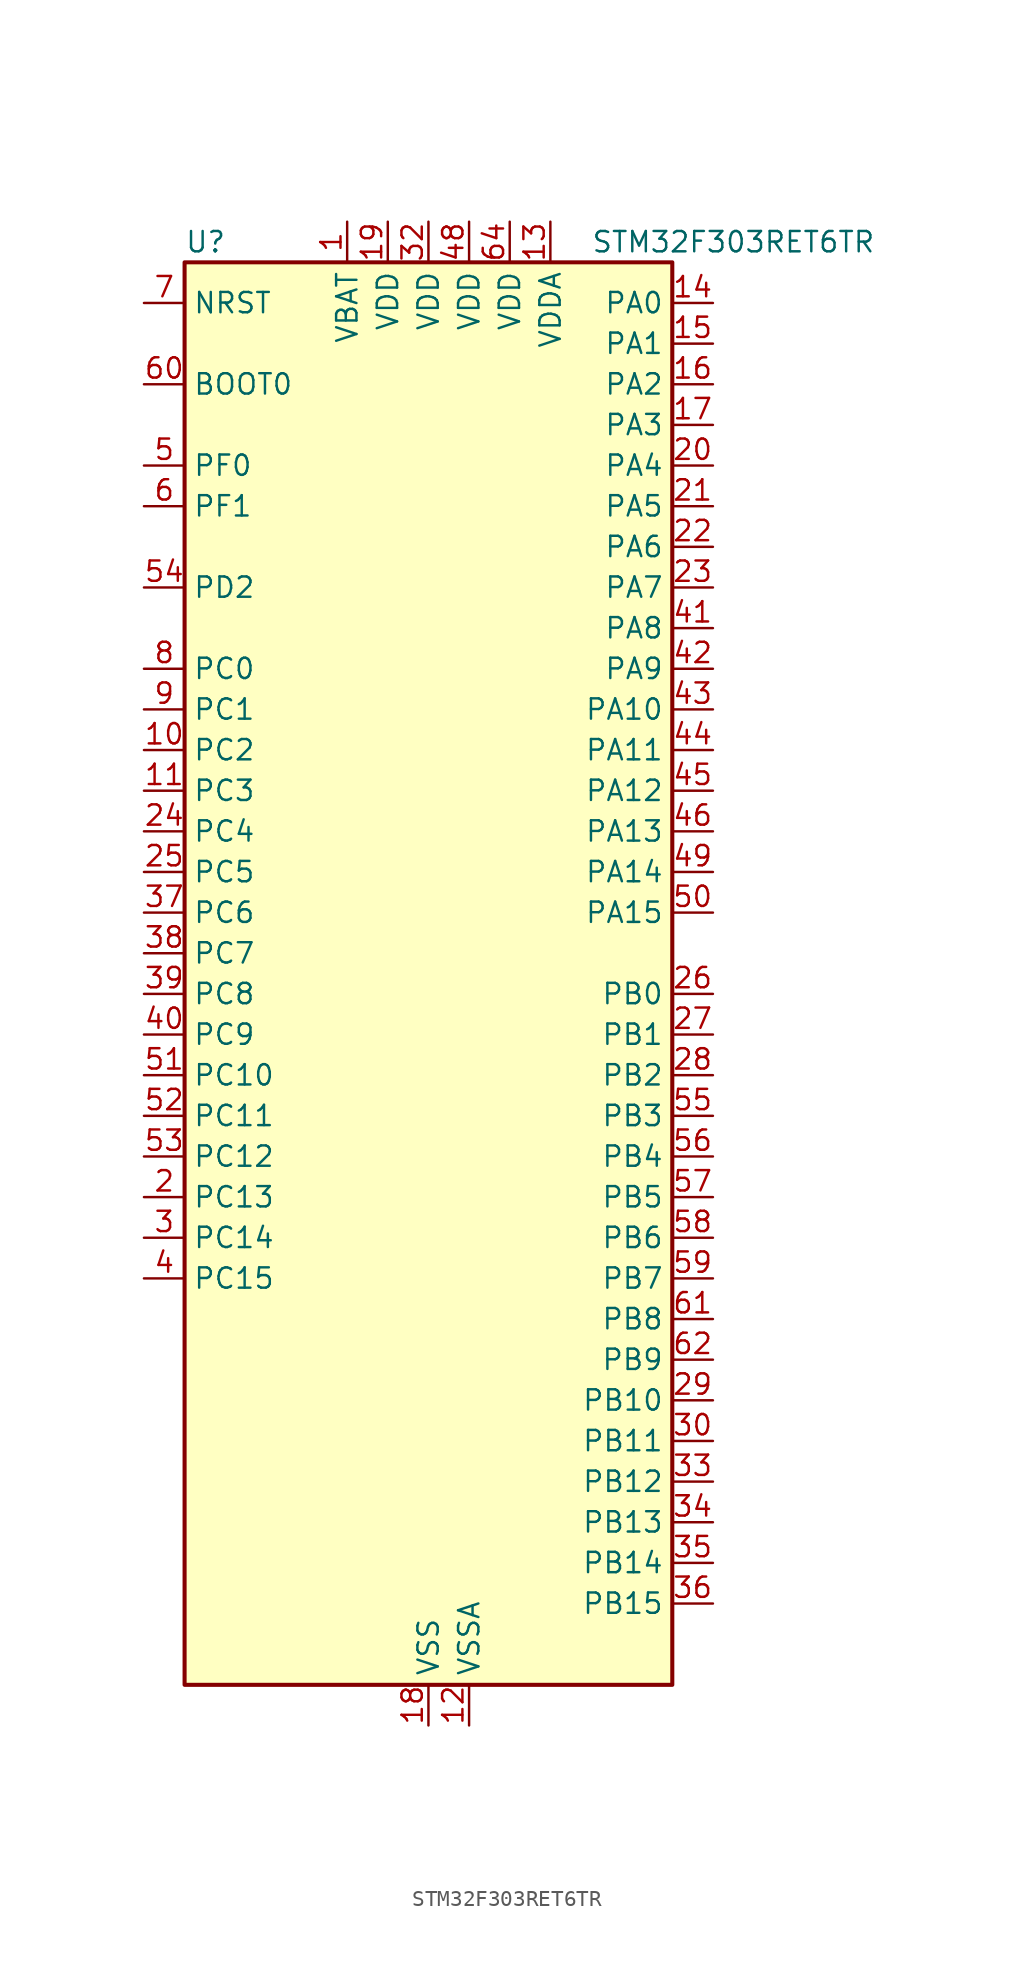
<source format=kicad_sym>
(kicad_symbol_lib
  (version 20220914)
  (generator kicad_symbol_editor)
  (symbol "STM32F303RET6TR"
    (property "Reference" "U"
      (at -15.24 46.99 0)
      (effects (font (size 1.27 1.27)) (justify left)))
    (property "Value" "STM32F303RET6TR"
      (at 10.16 46.99 0)
      (effects (font (size 1.27 1.27)) (justify left)))
    (symbol "STM32F303RET6TR_0_1"
      (rectangle (start -15.24 -43.18) (end 15.24 45.72) (stroke (width 0.254) (type default)) (fill (type background))))
    (symbol "STM32F303RET6TR_1_1"
      (pin power_in line (at -5.08 48.26 270) (length 2.54) (name "VBAT" (effects (font (size 1.27 1.27)))) (number "1" (effects (font (size 1.27 1.27)))))
      (pin bidirectional line (at -17.78 15.24 0) (length 2.54) (name "PC2" (effects (font (size 1.27 1.27)))) (number "10" (effects (font (size 1.27 1.27)))) (alternate "ADC1_IN8" bidirectional line) (alternate "ADC2_IN8" bidirectional line) (alternate "ADC3_EXTI2" bidirectional line) (alternate "ADC4_EXTI2" bidirectional line) (alternate "COMP7_OUT" bidirectional line) (alternate "TIM1_CH3" bidirectional line))
      (pin bidirectional line (at -17.78 12.7 0) (length 2.54) (name "PC3" (effects (font (size 1.27 1.27)))) (number "11" (effects (font (size 1.27 1.27)))) (alternate "ADC1_IN9" bidirectional line) (alternate "ADC2_IN9" bidirectional line) (alternate "TIM1_BKIN2" bidirectional line) (alternate "TIM1_CH4" bidirectional line))
      (pin power_in line (at 2.54 -45.72 90) (length 2.54) (name "VSSA" (effects (font (size 1.27 1.27)))) (number "12" (effects (font (size 1.27 1.27)))))
      (pin power_in line (at 7.62 48.26 270) (length 2.54) (name "VDDA" (effects (font (size 1.27 1.27)))) (number "13" (effects (font (size 1.27 1.27)))))
      (pin bidirectional line (at 17.78 43.18 180) (length 2.54) (name "PA0" (effects (font (size 1.27 1.27)))) (number "14" (effects (font (size 1.27 1.27)))) (alternate "ADC1_IN1" bidirectional line) (alternate "COMP1_INM" bidirectional line) (alternate "COMP1_OUT" bidirectional line) (alternate "RTC_TAMP2" bidirectional line) (alternate "SYS_WKUP1" bidirectional line) (alternate "TIM2_CH1" bidirectional line) (alternate "TIM2_ETR" bidirectional line) (alternate "TIM8_BKIN" bidirectional line) (alternate "TIM8_ETR" bidirectional line) (alternate "TSC_G1_IO1" bidirectional line) (alternate "USART2_CTS" bidirectional line))
      (pin bidirectional line (at 17.78 40.64 180) (length 2.54) (name "PA1" (effects (font (size 1.27 1.27)))) (number "15" (effects (font (size 1.27 1.27)))) (alternate "ADC1_IN2" bidirectional line) (alternate "COMP1_INP" bidirectional line) (alternate "OPAMP1_VINP" bidirectional line) (alternate "OPAMP1_VINP_SEC" bidirectional line) (alternate "OPAMP3_VINP" bidirectional line) (alternate "OPAMP3_VINP_SEC" bidirectional line) (alternate "RTC_REFIN" bidirectional line) (alternate "TIM15_CH1N" bidirectional line) (alternate "TIM2_CH2" bidirectional line) (alternate "TSC_G1_IO2" bidirectional line) (alternate "USART2_DE" bidirectional line) (alternate "USART2_RTS" bidirectional line))
      (pin bidirectional line (at 17.78 38.1 180) (length 2.54) (name "PA2" (effects (font (size 1.27 1.27)))) (number "16" (effects (font (size 1.27 1.27)))) (alternate "ADC1_IN3" bidirectional line) (alternate "ADC3_EXTI2" bidirectional line) (alternate "ADC4_EXTI2" bidirectional line) (alternate "COMP2_INM" bidirectional line) (alternate "COMP2_OUT" bidirectional line) (alternate "OPAMP1_VOUT" bidirectional line) (alternate "TIM15_CH1" bidirectional line) (alternate "TIM2_CH3" bidirectional line) (alternate "TSC_G1_IO3" bidirectional line) (alternate "USART2_TX" bidirectional line))
      (pin bidirectional line (at 17.78 35.56 180) (length 2.54) (name "PA3" (effects (font (size 1.27 1.27)))) (number "17" (effects (font (size 1.27 1.27)))) (alternate "ADC1_IN4" bidirectional line) (alternate "OPAMP1_VINM" bidirectional line) (alternate "OPAMP1_VINM_SEC" bidirectional line) (alternate "OPAMP1_VINP" bidirectional line) (alternate "OPAMP1_VINP_SEC" bidirectional line) (alternate "TIM15_CH2" bidirectional line) (alternate "TIM2_CH4" bidirectional line) (alternate "TSC_G1_IO4" bidirectional line) (alternate "USART2_RX" bidirectional line))
      (pin power_in line (at 0 -45.72 90) (length 2.54) (name "VSS" (effects (font (size 1.27 1.27)))) (number "18" (effects (font (size 1.27 1.27)))))
      (pin power_in line (at -2.54 48.26 270) (length 2.54) (name "VDD" (effects (font (size 1.27 1.27)))) (number "19" (effects (font (size 1.27 1.27)))))
      (pin bidirectional line (at -17.78 -12.7 0) (length 2.54) (name "PC13" (effects (font (size 1.27 1.27)))) (number "2" (effects (font (size 1.27 1.27)))) (alternate "RTC_OUT_ALARM" bidirectional line) (alternate "RTC_OUT_CALIB" bidirectional line) (alternate "RTC_TAMP1" bidirectional line) (alternate "RTC_TS" bidirectional line) (alternate "SYS_WKUP2" bidirectional line) (alternate "TIM1_CH1N" bidirectional line))
      (pin bidirectional line (at 17.78 33.02 180) (length 2.54) (name "PA4" (effects (font (size 1.27 1.27)))) (number "20" (effects (font (size 1.27 1.27)))) (alternate "ADC2_IN1" bidirectional line) (alternate "COMP1_INM" bidirectional line) (alternate "COMP2_INM" bidirectional line) (alternate "COMP3_INM" bidirectional line) (alternate "COMP4_INM" bidirectional line) (alternate "COMP5_INM" bidirectional line) (alternate "COMP6_INM" bidirectional line) (alternate "COMP7_INM" bidirectional line) (alternate "DAC1_OUT1" bidirectional line) (alternate "I2S3_WS" bidirectional line) (alternate "OPAMP4_VINP" bidirectional line) (alternate "OPAMP4_VINP_SEC" bidirectional line) (alternate "SPI1_NSS" bidirectional line) (alternate "SPI3_NSS" bidirectional line) (alternate "TIM3_CH2" bidirectional line) (alternate "TSC_G2_IO1" bidirectional line) (alternate "USART2_CK" bidirectional line))
      (pin bidirectional line (at 17.78 30.48 180) (length 2.54) (name "PA5" (effects (font (size 1.27 1.27)))) (number "21" (effects (font (size 1.27 1.27)))) (alternate "ADC2_IN2" bidirectional line) (alternate "COMP1_INM" bidirectional line) (alternate "COMP2_INM" bidirectional line) (alternate "COMP3_INM" bidirectional line) (alternate "COMP4_INM" bidirectional line) (alternate "COMP5_INM" bidirectional line) (alternate "COMP6_INM" bidirectional line) (alternate "COMP7_INM" bidirectional line) (alternate "DAC1_OUT2" bidirectional line) (alternate "OPAMP1_VINP" bidirectional line) (alternate "OPAMP1_VINP_SEC" bidirectional line) (alternate "OPAMP2_VINM" bidirectional line) (alternate "OPAMP2_VINM_SEC" bidirectional line) (alternate "OPAMP3_VINP" bidirectional line) (alternate "OPAMP3_VINP_SEC" bidirectional line) (alternate "SPI1_SCK" bidirectional line) (alternate "TIM2_CH1" bidirectional line) (alternate "TIM2_ETR" bidirectional line) (alternate "TSC_G2_IO2" bidirectional line))
      (pin bidirectional line (at 17.78 27.94 180) (length 2.54) (name "PA6" (effects (font (size 1.27 1.27)))) (number "22" (effects (font (size 1.27 1.27)))) (alternate "ADC2_IN3" bidirectional line) (alternate "COMP1_OUT" bidirectional line) (alternate "OPAMP2_VOUT" bidirectional line) (alternate "SPI1_MISO" bidirectional line) (alternate "TIM16_CH1" bidirectional line) (alternate "TIM1_BKIN" bidirectional line) (alternate "TIM3_CH1" bidirectional line) (alternate "TIM8_BKIN" bidirectional line) (alternate "TSC_G2_IO3" bidirectional line))
      (pin bidirectional line (at 17.78 25.4 180) (length 2.54) (name "PA7" (effects (font (size 1.27 1.27)))) (number "23" (effects (font (size 1.27 1.27)))) (alternate "ADC2_IN4" bidirectional line) (alternate "COMP2_INP" bidirectional line) (alternate "OPAMP1_VINP" bidirectional line) (alternate "OPAMP1_VINP_SEC" bidirectional line) (alternate "OPAMP2_VINP" bidirectional line) (alternate "OPAMP2_VINP_SEC" bidirectional line) (alternate "SPI1_MOSI" bidirectional line) (alternate "TIM17_CH1" bidirectional line) (alternate "TIM1_CH1N" bidirectional line) (alternate "TIM3_CH2" bidirectional line) (alternate "TIM8_CH1N" bidirectional line) (alternate "TSC_G2_IO4" bidirectional line))
      (pin bidirectional line (at -17.78 10.16 0) (length 2.54) (name "PC4" (effects (font (size 1.27 1.27)))) (number "24" (effects (font (size 1.27 1.27)))) (alternate "ADC2_IN5" bidirectional line) (alternate "TIM1_ETR" bidirectional line) (alternate "USART1_TX" bidirectional line))
      (pin bidirectional line (at -17.78 7.62 0) (length 2.54) (name "PC5" (effects (font (size 1.27 1.27)))) (number "25" (effects (font (size 1.27 1.27)))) (alternate "ADC2_IN11" bidirectional line) (alternate "OPAMP1_VINM" bidirectional line) (alternate "OPAMP1_VINM_SEC" bidirectional line) (alternate "OPAMP2_VINM" bidirectional line) (alternate "OPAMP2_VINM_SEC" bidirectional line) (alternate "TIM15_BKIN" bidirectional line) (alternate "TSC_G3_IO1" bidirectional line) (alternate "USART1_RX" bidirectional line))
      (pin bidirectional line (at 17.78 0 180) (length 2.54) (name "PB0" (effects (font (size 1.27 1.27)))) (number "26" (effects (font (size 1.27 1.27)))) (alternate "ADC3_IN12" bidirectional line) (alternate "COMP4_INP" bidirectional line) (alternate "OPAMP2_VINP" bidirectional line) (alternate "OPAMP2_VINP_SEC" bidirectional line) (alternate "OPAMP3_VINP" bidirectional line) (alternate "OPAMP3_VINP_SEC" bidirectional line) (alternate "TIM1_CH2N" bidirectional line) (alternate "TIM3_CH3" bidirectional line) (alternate "TIM8_CH2N" bidirectional line) (alternate "TSC_G3_IO2" bidirectional line))
      (pin bidirectional line (at 17.78 -2.54 180) (length 2.54) (name "PB1" (effects (font (size 1.27 1.27)))) (number "27" (effects (font (size 1.27 1.27)))) (alternate "ADC3_IN1" bidirectional line) (alternate "COMP4_OUT" bidirectional line) (alternate "OPAMP3_VOUT" bidirectional line) (alternate "TIM1_CH3N" bidirectional line) (alternate "TIM3_CH4" bidirectional line) (alternate "TIM8_CH3N" bidirectional line) (alternate "TSC_G3_IO3" bidirectional line))
      (pin bidirectional line (at 17.78 -5.08 180) (length 2.54) (name "PB2" (effects (font (size 1.27 1.27)))) (number "28" (effects (font (size 1.27 1.27)))) (alternate "ADC2_IN12" bidirectional line) (alternate "ADC3_EXTI2" bidirectional line) (alternate "ADC4_EXTI2" bidirectional line) (alternate "COMP4_INM" bidirectional line) (alternate "OPAMP3_VINM" bidirectional line) (alternate "OPAMP3_VINM_SEC" bidirectional line) (alternate "TSC_G3_IO4" bidirectional line))
      (pin bidirectional line (at 17.78 -25.4 180) (length 2.54) (name "PB10" (effects (font (size 1.27 1.27)))) (number "29" (effects (font (size 1.27 1.27)))) (alternate "COMP5_INM" bidirectional line) (alternate "OPAMP3_VINM" bidirectional line) (alternate "OPAMP3_VINM_SEC" bidirectional line) (alternate "OPAMP4_VINM" bidirectional line) (alternate "OPAMP4_VINM_SEC" bidirectional line) (alternate "TIM2_CH3" bidirectional line) (alternate "TSC_SYNC" bidirectional line) (alternate "USART3_TX" bidirectional line))
      (pin bidirectional line (at -17.78 -15.24 0) (length 2.54) (name "PC14" (effects (font (size 1.27 1.27)))) (number "3" (effects (font (size 1.27 1.27)))) (alternate "RCC_OSC32_IN" bidirectional line))
      (pin bidirectional line (at 17.78 -27.94 180) (length 2.54) (name "PB11" (effects (font (size 1.27 1.27)))) (number "30" (effects (font (size 1.27 1.27)))) (alternate "ADC1_EXTI11" bidirectional line) (alternate "ADC1_IN14" bidirectional line) (alternate "ADC2_EXTI11" bidirectional line) (alternate "ADC2_IN14" bidirectional line) (alternate "COMP6_INP" bidirectional line) (alternate "OPAMP4_VINP" bidirectional line) (alternate "OPAMP4_VINP_SEC" bidirectional line) (alternate "TIM2_CH4" bidirectional line) (alternate "TSC_G6_IO1" bidirectional line) (alternate "USART3_RX" bidirectional line))
      (pin passive line (at 0 -45.72 90) (length 2.54) hide (name "VSS" (effects (font (size 1.27 1.27)))) (number "31" (effects (font (size 1.27 1.27)))))
      (pin power_in line (at 0 48.26 270) (length 2.54) (name "VDD" (effects (font (size 1.27 1.27)))) (number "32" (effects (font (size 1.27 1.27)))))
      (pin bidirectional line (at 17.78 -30.48 180) (length 2.54) (name "PB12" (effects (font (size 1.27 1.27)))) (number "33" (effects (font (size 1.27 1.27)))) (alternate "ADC4_IN3" bidirectional line) (alternate "COMP3_INM" bidirectional line) (alternate "I2C2_SMBA" bidirectional line) (alternate "I2S2_WS" bidirectional line) (alternate "OPAMP4_VOUT" bidirectional line) (alternate "SPI2_NSS" bidirectional line) (alternate "TIM1_BKIN" bidirectional line) (alternate "TSC_G6_IO2" bidirectional line) (alternate "USART3_CK" bidirectional line))
      (pin bidirectional line (at 17.78 -33.02 180) (length 2.54) (name "PB13" (effects (font (size 1.27 1.27)))) (number "34" (effects (font (size 1.27 1.27)))) (alternate "ADC3_IN5" bidirectional line) (alternate "COMP5_INP" bidirectional line) (alternate "I2S2_CK" bidirectional line) (alternate "OPAMP3_VINP" bidirectional line) (alternate "OPAMP3_VINP_SEC" bidirectional line) (alternate "OPAMP4_VINP" bidirectional line) (alternate "OPAMP4_VINP_SEC" bidirectional line) (alternate "SPI2_SCK" bidirectional line) (alternate "TIM1_CH1N" bidirectional line) (alternate "TSC_G6_IO3" bidirectional line) (alternate "USART3_CTS" bidirectional line))
      (pin bidirectional line (at 17.78 -35.56 180) (length 2.54) (name "PB14" (effects (font (size 1.27 1.27)))) (number "35" (effects (font (size 1.27 1.27)))) (alternate "ADC4_IN4" bidirectional line) (alternate "COMP3_INP" bidirectional line) (alternate "I2S2_ext_SD" bidirectional line) (alternate "OPAMP2_VINP" bidirectional line) (alternate "OPAMP2_VINP_SEC" bidirectional line) (alternate "SPI2_MISO" bidirectional line) (alternate "TIM15_CH1" bidirectional line) (alternate "TIM1_CH2N" bidirectional line) (alternate "TSC_G6_IO4" bidirectional line) (alternate "USART3_DE" bidirectional line) (alternate "USART3_RTS" bidirectional line))
      (pin bidirectional line (at 17.78 -38.1 180) (length 2.54) (name "PB15" (effects (font (size 1.27 1.27)))) (number "36" (effects (font (size 1.27 1.27)))) (alternate "ADC1_EXTI15" bidirectional line) (alternate "ADC2_EXTI15" bidirectional line) (alternate "ADC3_EXTI15" bidirectional line) (alternate "ADC4_EXTI15" bidirectional line) (alternate "ADC4_IN5" bidirectional line) (alternate "COMP6_INM" bidirectional line) (alternate "I2S2_SD" bidirectional line) (alternate "RTC_REFIN" bidirectional line) (alternate "SPI2_MOSI" bidirectional line) (alternate "TIM15_CH1N" bidirectional line) (alternate "TIM15_CH2" bidirectional line) (alternate "TIM1_CH3N" bidirectional line))
      (pin bidirectional line (at -17.78 5.08 0) (length 2.54) (name "PC6" (effects (font (size 1.27 1.27)))) (number "37" (effects (font (size 1.27 1.27)))) (alternate "COMP6_OUT" bidirectional line) (alternate "I2S2_MCK" bidirectional line) (alternate "TIM3_CH1" bidirectional line) (alternate "TIM8_CH1" bidirectional line))
      (pin bidirectional line (at -17.78 2.54 0) (length 2.54) (name "PC7" (effects (font (size 1.27 1.27)))) (number "38" (effects (font (size 1.27 1.27)))) (alternate "COMP5_OUT" bidirectional line) (alternate "I2S3_MCK" bidirectional line) (alternate "TIM3_CH2" bidirectional line) (alternate "TIM8_CH2" bidirectional line))
      (pin bidirectional line (at -17.78 0 0) (length 2.54) (name "PC8" (effects (font (size 1.27 1.27)))) (number "39" (effects (font (size 1.27 1.27)))) (alternate "COMP3_OUT" bidirectional line) (alternate "TIM3_CH3" bidirectional line) (alternate "TIM8_CH3" bidirectional line))
      (pin bidirectional line (at -17.78 -17.78 0) (length 2.54) (name "PC15" (effects (font (size 1.27 1.27)))) (number "4" (effects (font (size 1.27 1.27)))) (alternate "ADC1_EXTI15" bidirectional line) (alternate "ADC2_EXTI15" bidirectional line) (alternate "ADC3_EXTI15" bidirectional line) (alternate "ADC4_EXTI15" bidirectional line) (alternate "RCC_OSC32_OUT" bidirectional line))
      (pin bidirectional line (at -17.78 -2.54 0) (length 2.54) (name "PC9" (effects (font (size 1.27 1.27)))) (number "40" (effects (font (size 1.27 1.27)))) (alternate "DAC1_EXTI9" bidirectional line) (alternate "I2C3_SDA" bidirectional line) (alternate "I2S_CKIN" bidirectional line) (alternate "TIM3_CH4" bidirectional line) (alternate "TIM8_BKIN2" bidirectional line) (alternate "TIM8_CH4" bidirectional line))
      (pin bidirectional line (at 17.78 22.86 180) (length 2.54) (name "PA8" (effects (font (size 1.27 1.27)))) (number "41" (effects (font (size 1.27 1.27)))) (alternate "COMP3_OUT" bidirectional line) (alternate "I2C2_SMBA" bidirectional line) (alternate "I2C3_SCL" bidirectional line) (alternate "I2S2_MCK" bidirectional line) (alternate "RCC_MCO" bidirectional line) (alternate "TIM1_CH1" bidirectional line) (alternate "TIM4_ETR" bidirectional line) (alternate "USART1_CK" bidirectional line))
      (pin bidirectional line (at 17.78 20.32 180) (length 2.54) (name "PA9" (effects (font (size 1.27 1.27)))) (number "42" (effects (font (size 1.27 1.27)))) (alternate "COMP5_OUT" bidirectional line) (alternate "DAC1_EXTI9" bidirectional line) (alternate "I2C2_SCL" bidirectional line) (alternate "I2C3_SMBA" bidirectional line) (alternate "I2S3_MCK" bidirectional line) (alternate "TIM15_BKIN" bidirectional line) (alternate "TIM1_CH2" bidirectional line) (alternate "TIM2_CH3" bidirectional line) (alternate "TSC_G4_IO1" bidirectional line) (alternate "USART1_TX" bidirectional line))
      (pin bidirectional line (at 17.78 17.78 180) (length 2.54) (name "PA10" (effects (font (size 1.27 1.27)))) (number "43" (effects (font (size 1.27 1.27)))) (alternate "COMP6_OUT" bidirectional line) (alternate "I2C2_SDA" bidirectional line) (alternate "I2S2_ext_SD" bidirectional line) (alternate "SPI2_MISO" bidirectional line) (alternate "TIM17_BKIN" bidirectional line) (alternate "TIM1_CH3" bidirectional line) (alternate "TIM2_CH4" bidirectional line) (alternate "TIM8_BKIN" bidirectional line) (alternate "TSC_G4_IO2" bidirectional line) (alternate "USART1_RX" bidirectional line))
      (pin bidirectional line (at 17.78 15.24 180) (length 2.54) (name "PA11" (effects (font (size 1.27 1.27)))) (number "44" (effects (font (size 1.27 1.27)))) (alternate "ADC1_EXTI11" bidirectional line) (alternate "ADC2_EXTI11" bidirectional line) (alternate "CAN_RX" bidirectional line) (alternate "COMP1_OUT" bidirectional line) (alternate "I2S2_SD" bidirectional line) (alternate "SPI2_MOSI" bidirectional line) (alternate "TIM1_BKIN2" bidirectional line) (alternate "TIM1_CH1N" bidirectional line) (alternate "TIM1_CH4" bidirectional line) (alternate "TIM4_CH1" bidirectional line) (alternate "USART1_CTS" bidirectional line) (alternate "USB_DM" bidirectional line))
      (pin bidirectional line (at 17.78 12.7 180) (length 2.54) (name "PA12" (effects (font (size 1.27 1.27)))) (number "45" (effects (font (size 1.27 1.27)))) (alternate "CAN_TX" bidirectional line) (alternate "COMP2_OUT" bidirectional line) (alternate "I2S_CKIN" bidirectional line) (alternate "TIM16_CH1" bidirectional line) (alternate "TIM1_CH2N" bidirectional line) (alternate "TIM1_ETR" bidirectional line) (alternate "TIM4_CH2" bidirectional line) (alternate "USART1_DE" bidirectional line) (alternate "USART1_RTS" bidirectional line) (alternate "USB_DP" bidirectional line))
      (pin bidirectional line (at 17.78 10.16 180) (length 2.54) (name "PA13" (effects (font (size 1.27 1.27)))) (number "46" (effects (font (size 1.27 1.27)))) (alternate "IR_OUT" bidirectional line) (alternate "SYS_JTMS-SWDIO" bidirectional line) (alternate "TIM16_CH1N" bidirectional line) (alternate "TIM4_CH3" bidirectional line) (alternate "TSC_G4_IO3" bidirectional line) (alternate "USART3_CTS" bidirectional line))
      (pin passive line (at 0 -45.72 90) (length 2.54) hide (name "VSS" (effects (font (size 1.27 1.27)))) (number "47" (effects (font (size 1.27 1.27)))))
      (pin power_in line (at 2.54 48.26 270) (length 2.54) (name "VDD" (effects (font (size 1.27 1.27)))) (number "48" (effects (font (size 1.27 1.27)))))
      (pin bidirectional line (at 17.78 7.62 180) (length 2.54) (name "PA14" (effects (font (size 1.27 1.27)))) (number "49" (effects (font (size 1.27 1.27)))) (alternate "I2C1_SDA" bidirectional line) (alternate "SYS_JTCK-SWCLK" bidirectional line) (alternate "TIM1_BKIN" bidirectional line) (alternate "TIM8_CH2" bidirectional line) (alternate "TSC_G4_IO4" bidirectional line) (alternate "USART2_TX" bidirectional line))
      (pin bidirectional line (at -17.78 33.02 0) (length 2.54) (name "PF0" (effects (font (size 1.27 1.27)))) (number "5" (effects (font (size 1.27 1.27)))) (alternate "I2C2_SDA" bidirectional line) (alternate "I2S2_WS" bidirectional line) (alternate "RCC_OSC_IN" bidirectional line) (alternate "SPI2_NSS" bidirectional line) (alternate "TIM1_CH3N" bidirectional line))
      (pin bidirectional line (at 17.78 5.08 180) (length 2.54) (name "PA15" (effects (font (size 1.27 1.27)))) (number "50" (effects (font (size 1.27 1.27)))) (alternate "ADC1_EXTI15" bidirectional line) (alternate "ADC2_EXTI15" bidirectional line) (alternate "ADC3_EXTI15" bidirectional line) (alternate "ADC4_EXTI15" bidirectional line) (alternate "I2C1_SCL" bidirectional line) (alternate "I2S3_WS" bidirectional line) (alternate "SPI1_NSS" bidirectional line) (alternate "SPI3_NSS" bidirectional line) (alternate "SYS_JTDI" bidirectional line) (alternate "TIM1_BKIN" bidirectional line) (alternate "TIM2_CH1" bidirectional line) (alternate "TIM2_ETR" bidirectional line) (alternate "TIM8_CH1" bidirectional line) (alternate "TSC_SYNC" bidirectional line) (alternate "USART2_RX" bidirectional line))
      (pin bidirectional line (at -17.78 -5.08 0) (length 2.54) (name "PC10" (effects (font (size 1.27 1.27)))) (number "51" (effects (font (size 1.27 1.27)))) (alternate "I2S3_CK" bidirectional line) (alternate "SPI3_SCK" bidirectional line) (alternate "TIM8_CH1N" bidirectional line) (alternate "UART4_TX" bidirectional line) (alternate "USART3_TX" bidirectional line))
      (pin bidirectional line (at -17.78 -7.62 0) (length 2.54) (name "PC11" (effects (font (size 1.27 1.27)))) (number "52" (effects (font (size 1.27 1.27)))) (alternate "ADC1_EXTI11" bidirectional line) (alternate "ADC2_EXTI11" bidirectional line) (alternate "I2S3_ext_SD" bidirectional line) (alternate "SPI3_MISO" bidirectional line) (alternate "TIM8_CH2N" bidirectional line) (alternate "UART4_RX" bidirectional line) (alternate "USART3_RX" bidirectional line))
      (pin bidirectional line (at -17.78 -10.16 0) (length 2.54) (name "PC12" (effects (font (size 1.27 1.27)))) (number "53" (effects (font (size 1.27 1.27)))) (alternate "I2S3_SD" bidirectional line) (alternate "SPI3_MOSI" bidirectional line) (alternate "TIM8_CH3N" bidirectional line) (alternate "UART5_TX" bidirectional line) (alternate "USART3_CK" bidirectional line))
      (pin bidirectional line (at -17.78 25.4 0) (length 2.54) (name "PD2" (effects (font (size 1.27 1.27)))) (number "54" (effects (font (size 1.27 1.27)))) (alternate "ADC3_EXTI2" bidirectional line) (alternate "ADC4_EXTI2" bidirectional line) (alternate "TIM3_ETR" bidirectional line) (alternate "TIM8_BKIN" bidirectional line) (alternate "UART5_RX" bidirectional line))
      (pin bidirectional line (at 17.78 -7.62 180) (length 2.54) (name "PB3" (effects (font (size 1.27 1.27)))) (number "55" (effects (font (size 1.27 1.27)))) (alternate "I2S3_CK" bidirectional line) (alternate "SPI1_SCK" bidirectional line) (alternate "SPI3_SCK" bidirectional line) (alternate "SYS_JTDO-TRACESWO" bidirectional line) (alternate "TIM2_CH2" bidirectional line) (alternate "TIM3_ETR" bidirectional line) (alternate "TIM4_ETR" bidirectional line) (alternate "TIM8_CH1N" bidirectional line) (alternate "TSC_G5_IO1" bidirectional line) (alternate "USART2_TX" bidirectional line))
      (pin bidirectional line (at 17.78 -10.16 180) (length 2.54) (name "PB4" (effects (font (size 1.27 1.27)))) (number "56" (effects (font (size 1.27 1.27)))) (alternate "I2S3_ext_SD" bidirectional line) (alternate "SPI1_MISO" bidirectional line) (alternate "SPI3_MISO" bidirectional line) (alternate "SYS_NJTRST" bidirectional line) (alternate "TIM16_CH1" bidirectional line) (alternate "TIM17_BKIN" bidirectional line) (alternate "TIM3_CH1" bidirectional line) (alternate "TIM8_CH2N" bidirectional line) (alternate "TSC_G5_IO2" bidirectional line) (alternate "USART2_RX" bidirectional line))
      (pin bidirectional line (at 17.78 -12.7 180) (length 2.54) (name "PB5" (effects (font (size 1.27 1.27)))) (number "57" (effects (font (size 1.27 1.27)))) (alternate "I2C1_SMBA" bidirectional line) (alternate "I2C3_SDA" bidirectional line) (alternate "I2S3_SD" bidirectional line) (alternate "SPI1_MOSI" bidirectional line) (alternate "SPI3_MOSI" bidirectional line) (alternate "TIM16_BKIN" bidirectional line) (alternate "TIM17_CH1" bidirectional line) (alternate "TIM3_CH2" bidirectional line) (alternate "TIM8_CH3N" bidirectional line) (alternate "USART2_CK" bidirectional line))
      (pin bidirectional line (at 17.78 -15.24 180) (length 2.54) (name "PB6" (effects (font (size 1.27 1.27)))) (number "58" (effects (font (size 1.27 1.27)))) (alternate "I2C1_SCL" bidirectional line) (alternate "TIM16_CH1N" bidirectional line) (alternate "TIM4_CH1" bidirectional line) (alternate "TIM8_BKIN2" bidirectional line) (alternate "TIM8_CH1" bidirectional line) (alternate "TIM8_ETR" bidirectional line) (alternate "TSC_G5_IO3" bidirectional line) (alternate "USART1_TX" bidirectional line))
      (pin bidirectional line (at 17.78 -17.78 180) (length 2.54) (name "PB7" (effects (font (size 1.27 1.27)))) (number "59" (effects (font (size 1.27 1.27)))) (alternate "I2C1_SDA" bidirectional line) (alternate "TIM17_CH1N" bidirectional line) (alternate "TIM3_CH4" bidirectional line) (alternate "TIM4_CH2" bidirectional line) (alternate "TIM8_BKIN" bidirectional line) (alternate "TSC_G5_IO4" bidirectional line) (alternate "USART1_RX" bidirectional line))
      (pin bidirectional line (at -17.78 30.48 0) (length 2.54) (name "PF1" (effects (font (size 1.27 1.27)))) (number "6" (effects (font (size 1.27 1.27)))) (alternate "I2C2_SCL" bidirectional line) (alternate "I2S2_CK" bidirectional line) (alternate "RCC_OSC_OUT" bidirectional line) (alternate "SPI2_SCK" bidirectional line))
      (pin input line (at -17.78 38.1 0) (length 2.54) (name "BOOT0" (effects (font (size 1.27 1.27)))) (number "60" (effects (font (size 1.27 1.27)))))
      (pin bidirectional line (at 17.78 -20.32 180) (length 2.54) (name "PB8" (effects (font (size 1.27 1.27)))) (number "61" (effects (font (size 1.27 1.27)))) (alternate "CAN_RX" bidirectional line) (alternate "COMP1_OUT" bidirectional line) (alternate "I2C1_SCL" bidirectional line) (alternate "TIM16_CH1" bidirectional line) (alternate "TIM1_BKIN" bidirectional line) (alternate "TIM4_CH3" bidirectional line) (alternate "TIM8_CH2" bidirectional line) (alternate "TSC_SYNC" bidirectional line) (alternate "USART3_RX" bidirectional line))
      (pin bidirectional line (at 17.78 -22.86 180) (length 2.54) (name "PB9" (effects (font (size 1.27 1.27)))) (number "62" (effects (font (size 1.27 1.27)))) (alternate "CAN_TX" bidirectional line) (alternate "COMP2_OUT" bidirectional line) (alternate "DAC1_EXTI9" bidirectional line) (alternate "I2C1_SDA" bidirectional line) (alternate "IR_OUT" bidirectional line) (alternate "TIM17_CH1" bidirectional line) (alternate "TIM4_CH4" bidirectional line) (alternate "TIM8_CH3" bidirectional line) (alternate "USART3_TX" bidirectional line))
      (pin passive line (at 0 -45.72 90) (length 2.54) hide (name "VSS" (effects (font (size 1.27 1.27)))) (number "63" (effects (font (size 1.27 1.27)))))
      (pin power_in line (at 5.08 48.26 270) (length 2.54) (name "VDD" (effects (font (size 1.27 1.27)))) (number "64" (effects (font (size 1.27 1.27)))))
      (pin input line (at -17.78 43.18 0) (length 2.54) (name "NRST" (effects (font (size 1.27 1.27)))) (number "7" (effects (font (size 1.27 1.27)))))
      (pin bidirectional line (at -17.78 20.32 0) (length 2.54) (name "PC0" (effects (font (size 1.27 1.27)))) (number "8" (effects (font (size 1.27 1.27)))) (alternate "ADC1_IN6" bidirectional line) (alternate "ADC2_IN6" bidirectional line) (alternate "COMP7_INM" bidirectional line) (alternate "TIM1_CH1" bidirectional line))
      (pin bidirectional line (at -17.78 17.78 0) (length 2.54) (name "PC1" (effects (font (size 1.27 1.27)))) (number "9" (effects (font (size 1.27 1.27)))) (alternate "ADC1_IN7" bidirectional line) (alternate "ADC2_IN7" bidirectional line) (alternate "COMP7_INP" bidirectional line) (alternate "TIM1_CH2" bidirectional line)))))
</source>
